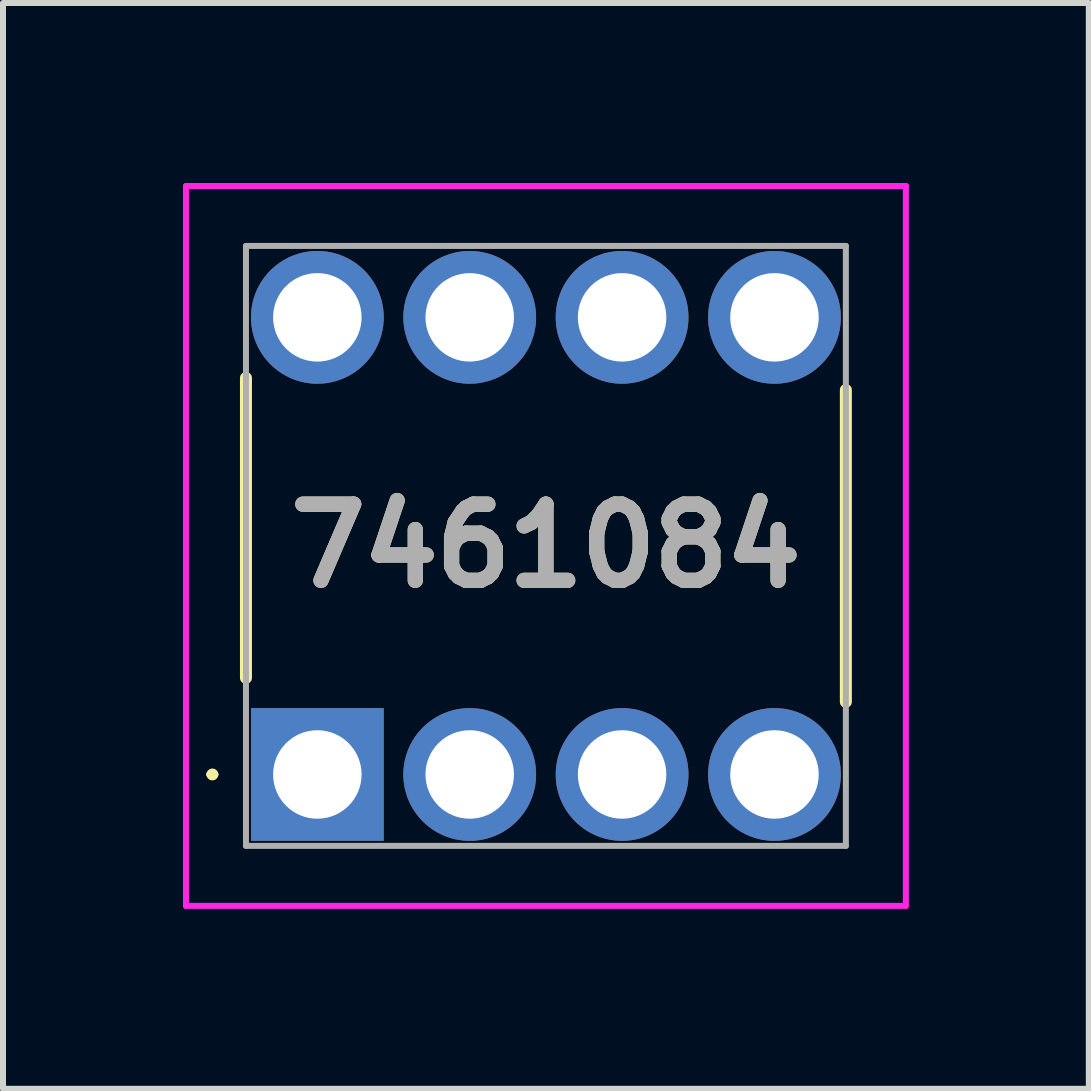
<source format=kicad_pcb>
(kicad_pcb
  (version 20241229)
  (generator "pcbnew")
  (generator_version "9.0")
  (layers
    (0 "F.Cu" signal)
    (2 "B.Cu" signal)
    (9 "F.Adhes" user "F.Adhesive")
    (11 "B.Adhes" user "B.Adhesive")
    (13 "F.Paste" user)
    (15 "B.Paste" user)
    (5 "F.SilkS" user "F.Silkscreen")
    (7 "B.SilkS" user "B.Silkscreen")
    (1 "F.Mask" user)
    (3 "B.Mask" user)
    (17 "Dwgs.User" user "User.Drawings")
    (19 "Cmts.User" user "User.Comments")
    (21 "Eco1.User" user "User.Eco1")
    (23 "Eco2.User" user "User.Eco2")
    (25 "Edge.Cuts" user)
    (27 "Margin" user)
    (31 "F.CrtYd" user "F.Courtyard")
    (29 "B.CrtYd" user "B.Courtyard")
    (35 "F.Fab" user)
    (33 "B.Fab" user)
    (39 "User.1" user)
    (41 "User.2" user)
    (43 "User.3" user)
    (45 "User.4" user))
  (footprint "7461084"
    (layer "F.Cu")
    (at 2.24 9.86)
    (property "Reference" "7461084" (at 3.81 -3.81 0) (layer "F.SilkS") (effects (font (size 1.27 1.27) (thickness 0.254))))
    (attr through_hole)
    (fp_line (start -1.8 0) (end -1.8 0) (stroke (width 0.1) (type solid)) (layer "F.SilkS"))
    (fp_line (start -1.7 0) (end -1.7 0) (stroke (width 0.1) (type solid)) (layer "F.SilkS"))
    (fp_line (start -1.19 -6.61) (end -1.19 -1.61) (stroke (width 0.2) (type solid)) (layer "F.SilkS"))
    (fp_line (start 8.81 -6.41) (end 8.81 -1.21) (stroke (width 0.2) (type solid)) (layer "F.SilkS"))
    (fp_arc (start -1.8 0) (mid -1.75 -0.05) (end -1.7 0) (stroke (width 0.1) (type solid)) (layer "F.SilkS"))
    (fp_arc (start -1.7 0) (mid -1.75 0.05) (end -1.8 0) (stroke (width 0.1) (type solid)) (layer "F.SilkS"))
    (fp_line (start -2.19 -9.81) (end 9.81 -9.81) (stroke (width 0.1) (type solid)) (layer "F.CrtYd"))
    (fp_line (start -2.19 2.19) (end -2.19 -9.81) (stroke (width 0.1) (type solid)) (layer "F.CrtYd"))
    (fp_line (start 9.81 -9.81) (end 9.81 2.19) (stroke (width 0.1) (type solid)) (layer "F.CrtYd"))
    (fp_line (start 9.81 2.19) (end -2.19 2.19) (stroke (width 0.1) (type solid)) (layer "F.CrtYd"))
    (fp_line (start -1.19 -8.81) (end 8.81 -8.81) (stroke (width 0.1) (type solid)) (layer "F.Fab"))
    (fp_line (start -1.19 1.19) (end -1.19 -8.81) (stroke (width 0.1) (type solid)) (layer "F.Fab"))
    (fp_line (start 8.81 -8.81) (end 8.81 1.19) (stroke (width 0.1) (type solid)) (layer "F.Fab"))
    (fp_line (start 8.81 1.19) (end -1.19 1.19) (stroke (width 0.1) (type solid)) (layer "F.Fab"))
    (fp_text user "${REFERENCE}" (at 3.81 -3.81 0) (layer "F.Fab") (effects (font (size 1.27 1.27) (thickness 0.254))))
    (pad "1" thru_hole rect (at 0 0) (size 2.213 2.213) (drill 1.475) (layers "*.Cu" "*.Mask"))
    (pad "2" thru_hole circle (at 2.54 0) (size 2.213 2.213) (drill 1.475) (layers "*.Cu" "*.Mask"))
    (pad "3" thru_hole circle (at 5.08 0) (size 2.213 2.213) (drill 1.475) (layers "*.Cu" "*.Mask"))
    (pad "4" thru_hole circle (at 7.62 0) (size 2.213 2.213) (drill 1.475) (layers "*.Cu" "*.Mask"))
    (pad "5" thru_hole circle (at 7.62 -7.62) (size 2.213 2.213) (drill 1.475) (layers "*.Cu" "*.Mask"))
    (pad "6" thru_hole circle (at 5.08 -7.62) (size 2.213 2.213) (drill 1.475) (layers "*.Cu" "*.Mask"))
    (pad "7" thru_hole circle (at 2.54 -7.62) (size 2.213 2.213) (drill 1.475) (layers "*.Cu" "*.Mask"))
    (pad "8" thru_hole circle (at 0 -7.62) (size 2.213 2.213) (drill 1.475) (layers "*.Cu" "*.Mask")))
  (gr_rect
    (start -3 -3)
    (end 15.1 15.1)
    (stroke (width 0.1) (type default))
    (fill no)
    (layer "Edge.Cuts")))
</source>
